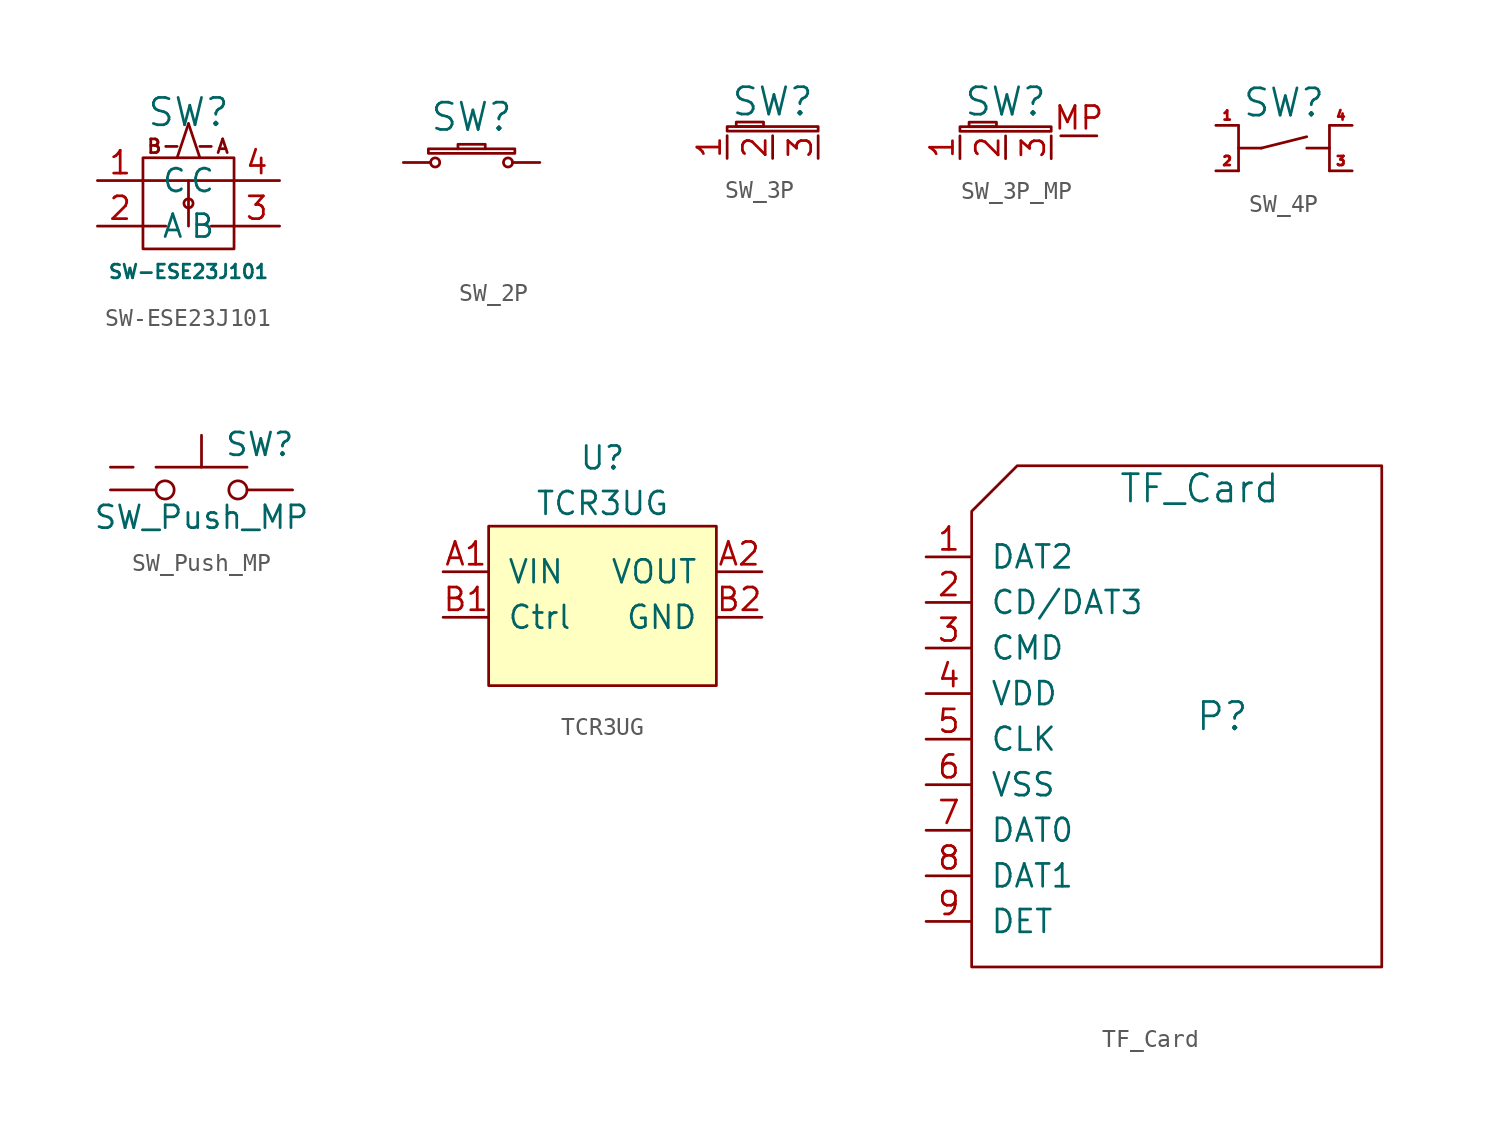
<source format=kicad_sym>
(kicad_symbol_lib
  (version 20220914)
  (generator kicad_symbol_editor)
  (symbol "SW-ESE23J101"
    (pin_names
      (offset 1.016))
    (property "Reference" "SW"
      (at 0 5.08 0)
      (effects (font (size 1.524 1.524))))
    (property "Value" "SW-ESE23J101"
      (at 0 -3.81 0)
      (effects (font (size 0.762 0.762))))
    (symbol "SW-ESE23J101_0_0"
      (polyline (pts (xy -2.54 -1.27) (xy -1.27 -1.27)) (stroke (width 0) (type default)) (fill (type none)))
      (polyline (pts (xy -2.54 1.27) (xy 2.54 1.27)) (stroke (width 0) (type default)) (fill (type none)))
      (polyline (pts (xy 0 4.445) (xy -0.635 2.54)) (stroke (width 0) (type default)) (fill (type none)))
      (polyline (pts (xy 0 4.445) (xy 0.635 2.54)) (stroke (width 0) (type default)) (fill (type none)))
      (polyline (pts (xy 1.27 -1.27) (xy 2.54 -1.27)) (stroke (width 0) (type default)) (fill (type none)))
      (text "A" (at 1.905 3.175 0) (effects (font (size 0.762 0.762))))
      (text "B" (at -1.905 3.175 0) (effects (font (size 0.762 0.762)))))
    (symbol "SW-ESE23J101_0_1"
      (rectangle (start -2.54 2.54) (end 2.54 -2.54) (stroke (width 0) (type default)) (fill (type none)))
      (polyline (pts (xy -0.635 3.175) (xy -1.27 3.175)) (stroke (width 0) (type default)) (fill (type none)))
      (polyline (pts (xy 0 1.27) (xy 0 -1.27)) (stroke (width 0) (type default)) (fill (type none)))
      (polyline (pts (xy 0.635 3.175) (xy 1.27 3.175)) (stroke (width 0) (type default)) (fill (type none)))
      (circle (center 0 0) (radius 0.254) (stroke (width 0) (type default)) (fill (type none))))
    (symbol "SW-ESE23J101_1_1"
      (pin input line (at -5.08 1.27 0) (length 2.54) (name "C" (effects (font (size 1.27 1.27)))) (number "1" (effects (font (size 1.27 1.27)))))
      (pin input line (at -5.08 -1.27 0) (length 2.54) (name "A" (effects (font (size 1.27 1.27)))) (number "2" (effects (font (size 1.27 1.27)))))
      (pin input line (at 5.08 -1.27 180) (length 2.54) (name "B" (effects (font (size 1.27 1.27)))) (number "3" (effects (font (size 1.27 1.27)))))
      (pin input line (at 5.08 1.27 180) (length 2.54) (name "C" (effects (font (size 1.27 1.27)))) (number "4" (effects (font (size 1.27 1.27)))))))
  (symbol "SW_2P"
    (pin_numbers hide)
    (pin_names
      (offset 1.016) hide)
    (property "Reference" "SW"
      (at 0 2.54 0)
      (effects (font (size 1.524 1.524))))
    (property "Footprint" ""
      (at 6.35 3.81 0)
      (effects (font (size 1.524 1.524))))
    (property "Datasheet" ""
      (at 0 -5.08 0)
      (effects (font (size 1.524 1.524))))
    (symbol "SW_2P_0_1"
      (rectangle (start -2.413 0.508) (end 2.413 0.762) (stroke (width 0) (type default)) (fill (type none)))
      (circle (center -2.032 0) (radius 0.254) (stroke (width 0) (type default)) (fill (type none)))
      (polyline (pts (xy -0.762 0.762) (xy -0.762 1.016) (xy 0.762 1.016) (xy 0.762 0.762)) (stroke (width 0) (type default)) (fill (type none)))
      (circle (center 2.032 0) (radius 0.254) (stroke (width 0) (type default)) (fill (type none))))
    (symbol "SW_2P_1_1"
      (pin bidirectional line (at -3.81 0 0) (length 1.524) (name "~" (effects (font (size 1.27 1.27)))) (number "1" (effects (font (size 1.27 1.27)))))
      (pin bidirectional line (at 3.81 0 180) (length 1.524) (name "~" (effects (font (size 1.27 1.27)))) (number "2" (effects (font (size 1.27 1.27)))))))
  (symbol "SW_3P"
    (pin_names
      (offset 1.016))
    (property "Reference" "SW"
      (at 0 1.905 0)
      (effects (font (size 1.524 1.524))))
    (property "Footprint" ""
      (at 0 0 0)
      (effects (font (size 1.524 1.524))))
    (property "Datasheet" ""
      (at 0 0 0)
      (effects (font (size 1.524 1.524))))
    (symbol "SW_3P_0_1"
      (rectangle (start -2.54 0.254) (end 2.54 0.508) (stroke (width 0) (type default)) (fill (type none)))
      (rectangle (start -2.032 0.508) (end -0.508 0.762) (stroke (width 0) (type default)) (fill (type none))))
    (symbol "SW_3P_1_1"
      (pin bidirectional line (at -2.54 -1.27 90) (length 1.27) (name "~" (effects (font (size 0.762 0.762)))) (number "1" (effects (font (size 1.27 1.27)))))
      (pin bidirectional line (at 0 -1.27 90) (length 1.27) (name "~" (effects (font (size 0.762 0.762)))) (number "2" (effects (font (size 1.27 1.27)))))
      (pin bidirectional line (at 2.54 -1.27 90) (length 1.27) (name "~" (effects (font (size 0.762 0.762)))) (number "3" (effects (font (size 1.27 1.27)))))))
  (symbol "SW_3P_MP"
    (pin_names
      (offset 1.016))
    (property "Reference" "SW"
      (at 0 1.905 0)
      (effects (font (size 1.524 1.524))))
    (property "Footprint" ""
      (at 0 0 0)
      (effects (font (size 1.524 1.524))))
    (property "Datasheet" ""
      (at 0 0 0)
      (effects (font (size 1.524 1.524))))
    (symbol "SW_3P_MP_0_1"
      (rectangle (start -2.54 0.254) (end 2.54 0.508) (stroke (width 0) (type default)) (fill (type none)))
      (rectangle (start -2.032 0.508) (end -0.508 0.762) (stroke (width 0) (type default)) (fill (type none))))
    (symbol "SW_3P_MP_1_1"
      (pin bidirectional line (at -2.54 -1.27 90) (length 1.27) (name "~" (effects (font (size 0.762 0.762)))) (number "1" (effects (font (size 1.27 1.27)))))
      (pin bidirectional line (at 0 -1.27 90) (length 1.27) (name "~" (effects (font (size 0.762 0.762)))) (number "2" (effects (font (size 1.27 1.27)))))
      (pin bidirectional line (at 2.54 -1.27 90) (length 1.27) (name "~" (effects (font (size 0.762 0.762)))) (number "3" (effects (font (size 1.27 1.27)))))
      (pin bidirectional line (at 5.08 0 180) (length 2.007) (name "~" (effects (font (size 0.762 0.762)))) (number "MP" (effects (font (size 1.27 1.27)))))))
  (symbol "SW_4P"
    (pin_names
      (offset 1.016))
    (property "Reference" "SW"
      (at 0 2.54 0)
      (effects (font (size 1.524 1.524))))
    (property "Footprint" ""
      (at 0 0 0)
      (effects (font (size 1.524 1.524))))
    (property "Datasheet" ""
      (at 0 0 0)
      (effects (font (size 1.524 1.524))))
    (symbol "SW_4P_0_1"
      (polyline (pts (xy -2.54 0) (xy -1.27 0)) (stroke (width 0) (type default)) (fill (type none)))
      (polyline (pts (xy -2.54 1.27) (xy -2.54 -1.27)) (stroke (width 0) (type default)) (fill (type none)))
      (polyline (pts (xy -1.27 0) (xy 1.27 0.635)) (stroke (width 0) (type default)) (fill (type none)))
      (polyline (pts (xy 1.27 0) (xy 2.54 0)) (stroke (width 0) (type default)) (fill (type none)))
      (polyline (pts (xy 2.54 1.27) (xy 2.54 -1.27)) (stroke (width 0) (type default)) (fill (type none))))
    (symbol "SW_4P_1_1"
      (pin input line (at -3.81 1.27 0) (length 1.27) (name "~" (effects (font (size 1.27 1.27)))) (number "1" (effects (font (size 0.508 0.508)))))
      (pin input line (at -3.81 -1.27 0) (length 1.27) (name "~" (effects (font (size 1.27 1.27)))) (number "2" (effects (font (size 0.508 0.508)))))
      (pin input line (at 3.81 -1.27 180) (length 1.27) (name "~" (effects (font (size 1.27 1.27)))) (number "3" (effects (font (size 0.508 0.508)))))
      (pin input line (at 3.81 1.27 180) (length 1.27) (name "~" (effects (font (size 1.27 1.27)))) (number "4" (effects (font (size 0.508 0.508)))))))
  (symbol "SW_Push_MP"
    (pin_numbers hide)
    (pin_names
      (offset 1.016) hide)
    (property "Reference" "SW"
      (at 1.27 2.54 0)
      (effects (font (size 1.27 1.27)) (justify left)))
    (property "Value" "SW_Push_MP"
      (at 0 -1.524 0)
      (effects (font (size 1.27 1.27))))
    (symbol "SW_Push_MP_0_1"
      (circle (center -2.032 0) (radius 0.508) (stroke (width 0) (type default)) (fill (type none)))
      (polyline (pts (xy 0 1.27) (xy 0 3.048)) (stroke (width 0) (type default)) (fill (type none)))
      (polyline (pts (xy 2.54 1.27) (xy -2.54 1.27)) (stroke (width 0) (type default)) (fill (type none)))
      (circle (center 2.032 0) (radius 0.508) (stroke (width 0) (type default)) (fill (type none)))
      (pin passive line (at -5.08 0 0) (length 2.54) (name "1" (effects (font (size 1.27 1.27)))) (number "1" (effects (font (size 1.27 1.27)))))
      (pin passive line (at 5.08 0 180) (length 2.54) (name "2" (effects (font (size 1.27 1.27)))) (number "2" (effects (font (size 1.27 1.27))))))
    (symbol "SW_Push_MP_1_1"
      (pin passive line (at -5.08 1.27 0) (length 1.27) (name "MP" (effects (font (size 1.27 1.27)))) (number "MP" (effects (font (size 1.27 1.27)))))))
  (symbol "TCR3UG"
    (pin_names
      (offset 1.016))
    (property "Reference" "U"
      (at 0 7.62 0)
      (effects (font (size 1.27 1.27))))
    (property "Value" "TCR3UG"
      (at 0 5.08 0)
      (effects (font (size 1.27 1.27))))
    (symbol "TCR3UG_0_1"
      (rectangle (start -6.35 3.81) (end 6.35 -5.08) (stroke (width 0) (type default)) (fill (type background))))
    (symbol "TCR3UG_1_1"
      (pin input line (at -8.89 1.27 0) (length 2.54) (name "VIN" (effects (font (size 1.27 1.27)))) (number "A1" (effects (font (size 1.27 1.27)))))
      (pin input line (at 8.89 1.27 180) (length 2.54) (name "VOUT" (effects (font (size 1.27 1.27)))) (number "A2" (effects (font (size 1.27 1.27)))))
      (pin input line (at -8.89 -1.27 0) (length 2.54) (name "Ctrl" (effects (font (size 1.27 1.27)))) (number "B1" (effects (font (size 1.27 1.27)))))
      (pin input line (at 8.89 -1.27 180) (length 2.54) (name "GND" (effects (font (size 1.27 1.27)))) (number "B2" (effects (font (size 1.27 1.27)))))))
  (symbol "TF_Card"
    (pin_names
      (offset 1.016))
    (property "Reference" "P"
      (at 1.27 1.27 0)
      (effects (font (size 1.524 1.524))))
    (property "Value" "TF_Card"
      (at 0 13.97 0)
      (effects (font (size 1.524 1.524))))
    (property "Footprint" ""
      (at 2.794 -12.7 90)
      (effects (font (size 1.524 1.524))))
    (property "Datasheet" ""
      (at 2.794 -12.7 90)
      (effects (font (size 1.524 1.524))))
    (symbol "TF_Card_0_1"
      (polyline (pts (xy 10.16 -12.7) (xy -12.7 -12.7) (xy -12.7 12.7) (xy -10.16 15.24) (xy 10.16 15.24) (xy 10.16 -12.7) (xy 10.16 -6.604)) (stroke (width 0) (type default)) (fill (type none))))
    (symbol "TF_Card_1_1"
      (pin input line (at -15.24 10.16 0) (length 2.54) (name "DAT2" (effects (font (size 1.27 1.27)))) (number "1" (effects (font (size 1.27 1.27)))))
      (pin input line (at -15.24 7.62 0) (length 2.54) (name "CD/DAT3" (effects (font (size 1.27 1.27)))) (number "2" (effects (font (size 1.27 1.27)))))
      (pin input line (at -15.24 5.08 0) (length 2.54) (name "CMD" (effects (font (size 1.27 1.27)))) (number "3" (effects (font (size 1.27 1.27)))))
      (pin input line (at -15.24 2.54 0) (length 2.54) (name "VDD" (effects (font (size 1.27 1.27)))) (number "4" (effects (font (size 1.27 1.27)))))
      (pin input line (at -15.24 0 0) (length 2.54) (name "CLK" (effects (font (size 1.27 1.27)))) (number "5" (effects (font (size 1.27 1.27)))))
      (pin input line (at -15.24 -2.54 0) (length 2.54) (name "VSS" (effects (font (size 1.27 1.27)))) (number "6" (effects (font (size 1.27 1.27)))))
      (pin input line (at -15.24 -5.08 0) (length 2.54) (name "DAT0" (effects (font (size 1.27 1.27)))) (number "7" (effects (font (size 1.27 1.27)))))
      (pin input line (at -15.24 -7.62 0) (length 2.54) (name "DAT1" (effects (font (size 1.27 1.27)))) (number "8" (effects (font (size 1.27 1.27)))))
      (pin bidirectional line (at -15.24 -10.16 0) (length 2.54) (name "DET" (effects (font (size 1.27 1.27)))) (number "9" (effects (font (size 1.27 1.27))))))))
</source>
